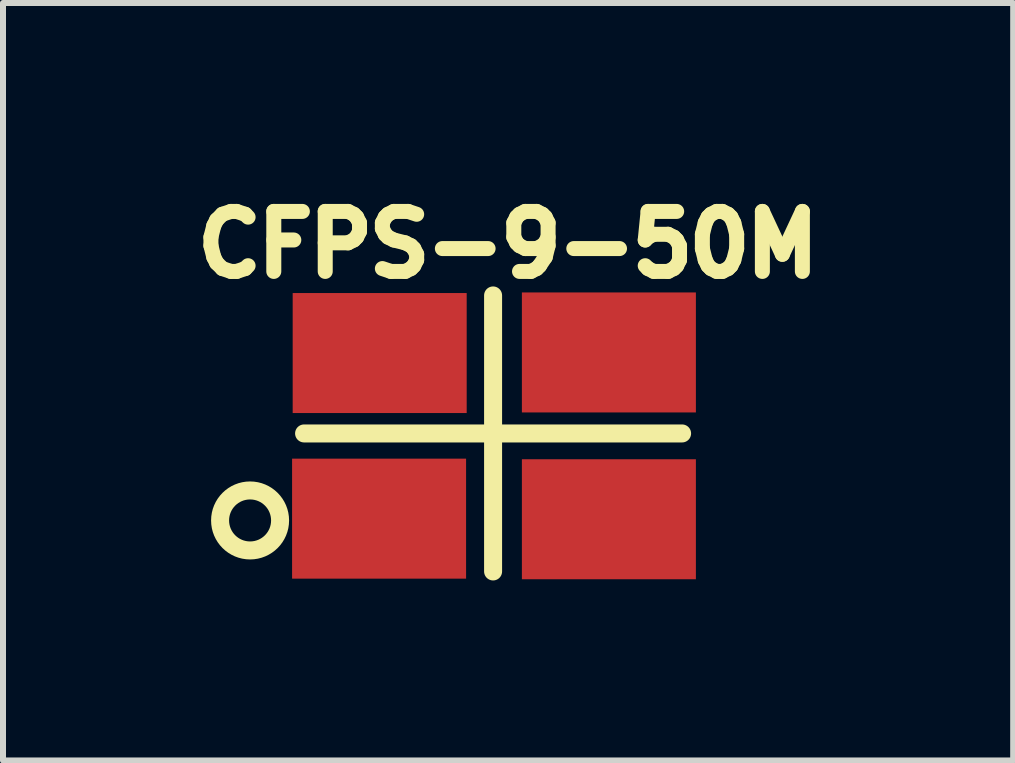
<source format=kicad_pcb>
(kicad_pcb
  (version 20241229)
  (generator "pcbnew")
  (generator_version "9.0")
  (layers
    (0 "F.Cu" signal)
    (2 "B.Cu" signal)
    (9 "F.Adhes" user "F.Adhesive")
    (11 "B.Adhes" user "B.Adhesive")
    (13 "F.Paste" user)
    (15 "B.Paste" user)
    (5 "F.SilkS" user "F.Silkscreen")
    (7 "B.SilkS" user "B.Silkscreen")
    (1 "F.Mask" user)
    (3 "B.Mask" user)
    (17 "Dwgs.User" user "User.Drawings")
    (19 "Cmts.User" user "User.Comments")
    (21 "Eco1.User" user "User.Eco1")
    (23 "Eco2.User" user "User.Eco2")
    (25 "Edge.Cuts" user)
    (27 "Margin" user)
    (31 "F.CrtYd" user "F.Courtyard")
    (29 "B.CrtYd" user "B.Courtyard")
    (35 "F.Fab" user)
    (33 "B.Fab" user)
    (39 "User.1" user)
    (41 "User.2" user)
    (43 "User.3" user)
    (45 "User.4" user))
  (footprint "CFPS-9-50M"
    (layer "F.Cu")
    (at 3.918 5.324)
    (property "Reference" "CFPS-9-50M" (at 1.5 -4.3 0) (layer "F.SilkS") (effects (font (size 1 1) (thickness 0.25))))
    (attr through_hole)
    (fp_line (start -1.9 -1.15) (end 4.4 -1.15) (stroke (width 0.3) (type solid)) (layer "F.SilkS"))
    (fp_line (start 1.25 -3.45) (end 1.25 1.15) (stroke (width 0.3) (type solid)) (layer "F.SilkS"))
    (fp_circle (center -2.8 0.3) (end -2.8 0.8) (stroke (width 0.3) (type solid)) (fill no) (layer "F.SilkS"))
    (pad "1" smd rect (at -0.65 0.27) (size 2.9 2) (layers "F.Cu" "F.Mask" "F.Paste"))
    (pad "2" smd rect (at 3.18 0.28) (size 2.9 2) (layers "F.Cu" "F.Mask" "F.Paste"))
    (pad "3" smd rect (at 3.18 -2.5) (size 2.9 2) (layers "F.Cu" "F.Mask" "F.Paste"))
    (pad "4" smd rect (at -0.64 -2.49) (size 2.9 2) (layers "F.Cu" "F.Mask" "F.Paste")))
  (gr_rect
    (start -3 -3)
    (end 13.836 9.624)
    (stroke (width 0.1) (type default))
    (fill no)
    (layer "Edge.Cuts")))
</source>
